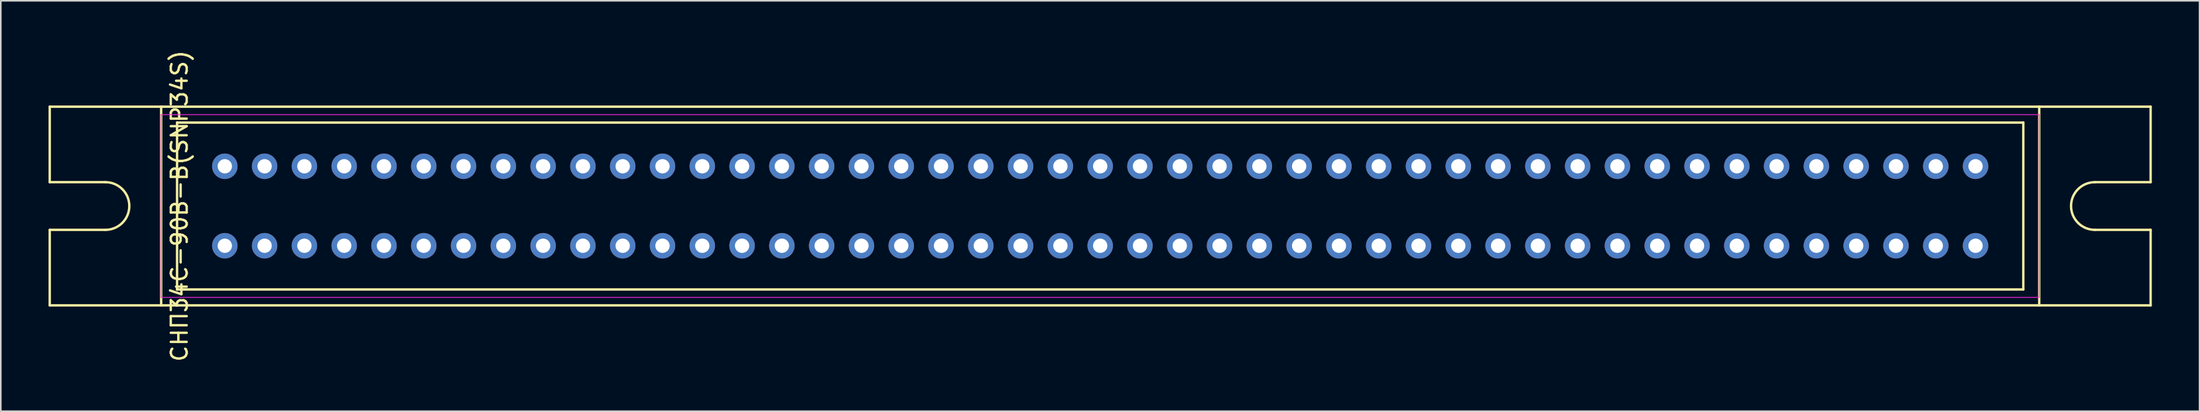
<source format=kicad_pcb>
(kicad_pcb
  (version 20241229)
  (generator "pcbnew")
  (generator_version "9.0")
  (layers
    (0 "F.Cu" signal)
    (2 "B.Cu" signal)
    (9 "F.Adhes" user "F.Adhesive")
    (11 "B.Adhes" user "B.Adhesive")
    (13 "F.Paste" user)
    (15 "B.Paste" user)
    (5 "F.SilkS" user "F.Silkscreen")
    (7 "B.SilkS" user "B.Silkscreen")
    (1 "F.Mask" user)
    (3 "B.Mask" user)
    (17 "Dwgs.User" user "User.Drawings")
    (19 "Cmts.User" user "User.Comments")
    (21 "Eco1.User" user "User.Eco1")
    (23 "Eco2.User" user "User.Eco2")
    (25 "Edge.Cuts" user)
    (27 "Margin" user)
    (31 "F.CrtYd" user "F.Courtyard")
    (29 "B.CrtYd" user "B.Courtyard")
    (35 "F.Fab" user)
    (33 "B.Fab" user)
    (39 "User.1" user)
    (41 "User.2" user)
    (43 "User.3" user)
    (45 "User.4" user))
  (footprint "СНП34С-90В-В(SNP34S)"
    (layer "F.Cu")
    (at 66.075 9.911)
    (property "Reference" "СНП34С-90В-В(SNP34S)" (at -57.85 0 90) (layer "F.SilkS") (effects (font (size 1 1) (thickness 0.15))))
    (attr through_hole)
    (fp_line (start -66 -6.25) (end 66 -6.25) (stroke (width 0.15) (type solid)) (layer "F.SilkS"))
    (fp_line (start -66 -1.5) (end -66 -6.25) (stroke (width 0.15) (type solid)) (layer "F.SilkS"))
    (fp_line (start -66 1.5) (end -62.5 1.5) (stroke (width 0.15) (type solid)) (layer "F.SilkS"))
    (fp_line (start -66 6.25) (end -66 1.5) (stroke (width 0.15) (type solid)) (layer "F.SilkS"))
    (fp_line (start -62.5 -1.5) (end -66 -1.5) (stroke (width 0.15) (type solid)) (layer "F.SilkS"))
    (fp_line (start -59 -6.25) (end -59 6.25) (stroke (width 0.15) (type solid)) (layer "F.SilkS"))
    (fp_line (start -58 -5.25) (end -58 5.25) (stroke (width 0.15) (type solid)) (layer "F.SilkS"))
    (fp_line (start -58 5.25) (end 58 5.25) (stroke (width 0.15) (type solid)) (layer "F.SilkS"))
    (fp_line (start 58 -5.25) (end -58 -5.25) (stroke (width 0.15) (type solid)) (layer "F.SilkS"))
    (fp_line (start 58 5.25) (end 58 -5.25) (stroke (width 0.15) (type solid)) (layer "F.SilkS"))
    (fp_line (start 59 -6.25) (end 59 6.25) (stroke (width 0.15) (type solid)) (layer "F.SilkS"))
    (fp_line (start 62.5 1.5) (end 66 1.5) (stroke (width 0.15) (type solid)) (layer "F.SilkS"))
    (fp_line (start 66 -6.25) (end 66 -1.5) (stroke (width 0.15) (type solid)) (layer "F.SilkS"))
    (fp_line (start 66 -1.5) (end 62.5 -1.5) (stroke (width 0.15) (type solid)) (layer "F.SilkS"))
    (fp_line (start 66 1.5) (end 66 6.25) (stroke (width 0.15) (type solid)) (layer "F.SilkS"))
    (fp_line (start 66 6.25) (end -66 6.25) (stroke (width 0.15) (type solid)) (layer "F.SilkS"))
    (fp_arc (start -62.5 -1.5) (mid -61 0) (end -62.5 1.5) (stroke (width 0.15) (type solid)) (layer "F.SilkS"))
    (fp_arc (start 62.5 1.5) (mid 61 0) (end 62.5 -1.5) (stroke (width 0.15) (type solid)) (layer "F.SilkS"))
    (fp_line (start -59 -5.75) (end 59 -5.75) (stroke (width 0.05) (type solid)) (layer "F.CrtYd"))
    (fp_line (start -59 5.75) (end -59 -5.75) (stroke (width 0.05) (type solid)) (layer "F.CrtYd"))
    (fp_line (start 59 -5.75) (end 59 5.75) (stroke (width 0.05) (type solid)) (layer "F.CrtYd"))
    (fp_line (start 59 5.75) (end -59 5.75) (stroke (width 0.05) (type solid)) (layer "F.CrtYd"))
    (pad "1" thru_hole circle (at -55 2.5) (size 1.6 1.6) (drill 0.9) (layers "*.Cu" "*.Mask"))
    (pad "2" thru_hole circle (at -52.5 2.5) (size 1.6 1.6) (drill 0.9) (layers "*.Cu" "*.Mask"))
    (pad "3" thru_hole circle (at -50 2.5) (size 1.6 1.6) (drill 0.9) (layers "*.Cu" "*.Mask"))
    (pad "4" thru_hole circle (at -47.5 2.5) (size 1.6 1.6) (drill 0.9) (layers "*.Cu" "*.Mask"))
    (pad "5" thru_hole circle (at -45 2.5) (size 1.6 1.6) (drill 0.9) (layers "*.Cu" "*.Mask"))
    (pad "6" thru_hole circle (at -42.5 2.5) (size 1.6 1.6) (drill 0.9) (layers "*.Cu" "*.Mask"))
    (pad "7" thru_hole circle (at -40 2.5) (size 1.6 1.6) (drill 0.9) (layers "*.Cu" "*.Mask"))
    (pad "8" thru_hole circle (at -37.5 2.5) (size 1.6 1.6) (drill 0.9) (layers "*.Cu" "*.Mask"))
    (pad "9" thru_hole circle (at -35 2.5) (size 1.6 1.6) (drill 0.9) (layers "*.Cu" "*.Mask"))
    (pad "10" thru_hole circle (at -32.5 2.5) (size 1.6 1.6) (drill 0.9) (layers "*.Cu" "*.Mask"))
    (pad "11" thru_hole circle (at -30 2.5) (size 1.6 1.6) (drill 0.9) (layers "*.Cu" "*.Mask"))
    (pad "12" thru_hole circle (at -27.5 2.5) (size 1.6 1.6) (drill 0.9) (layers "*.Cu" "*.Mask"))
    (pad "13" thru_hole circle (at -25 2.5) (size 1.6 1.6) (drill 0.9) (layers "*.Cu" "*.Mask"))
    (pad "14" thru_hole circle (at -22.5 2.5) (size 1.6 1.6) (drill 0.9) (layers "*.Cu" "*.Mask"))
    (pad "15" thru_hole circle (at -20 2.5) (size 1.6 1.6) (drill 0.9) (layers "*.Cu" "*.Mask"))
    (pad "16" thru_hole circle (at -17.5 2.5) (size 1.6 1.6) (drill 0.9) (layers "*.Cu" "*.Mask"))
    (pad "17" thru_hole circle (at -15 2.5) (size 1.6 1.6) (drill 0.9) (layers "*.Cu" "*.Mask"))
    (pad "18" thru_hole circle (at -12.5 2.5) (size 1.6 1.6) (drill 0.9) (layers "*.Cu" "*.Mask"))
    (pad "19" thru_hole circle (at -10 2.5) (size 1.6 1.6) (drill 0.9) (layers "*.Cu" "*.Mask"))
    (pad "20" thru_hole circle (at -7.5 2.5) (size 1.6 1.6) (drill 0.9) (layers "*.Cu" "*.Mask"))
    (pad "21" thru_hole circle (at -5 2.5) (size 1.6 1.6) (drill 0.9) (layers "*.Cu" "*.Mask"))
    (pad "22" thru_hole circle (at -2.5 2.5) (size 1.6 1.6) (drill 0.9) (layers "*.Cu" "*.Mask"))
    (pad "23" thru_hole circle (at 0 2.5) (size 1.6 1.6) (drill 0.9) (layers "*.Cu" "*.Mask"))
    (pad "24" thru_hole circle (at 2.5 2.5) (size 1.6 1.6) (drill 0.9) (layers "*.Cu" "*.Mask"))
    (pad "25" thru_hole circle (at 5 2.5) (size 1.6 1.6) (drill 0.9) (layers "*.Cu" "*.Mask"))
    (pad "26" thru_hole circle (at 7.5 2.5) (size 1.6 1.6) (drill 0.9) (layers "*.Cu" "*.Mask"))
    (pad "27" thru_hole circle (at 10 2.5) (size 1.6 1.6) (drill 0.9) (layers "*.Cu" "*.Mask"))
    (pad "28" thru_hole circle (at 12.5 2.5) (size 1.6 1.6) (drill 0.9) (layers "*.Cu" "*.Mask"))
    (pad "29" thru_hole circle (at 15 2.5) (size 1.6 1.6) (drill 0.9) (layers "*.Cu" "*.Mask"))
    (pad "30" thru_hole circle (at 17.5 2.5) (size 1.6 1.6) (drill 0.9) (layers "*.Cu" "*.Mask"))
    (pad "31" thru_hole circle (at 20 2.5) (size 1.6 1.6) (drill 0.9) (layers "*.Cu" "*.Mask"))
    (pad "32" thru_hole circle (at 22.5 2.5) (size 1.6 1.6) (drill 0.9) (layers "*.Cu" "*.Mask"))
    (pad "33" thru_hole circle (at 25 2.5) (size 1.6 1.6) (drill 0.9) (layers "*.Cu" "*.Mask"))
    (pad "34" thru_hole circle (at 27.5 2.5) (size 1.6 1.6) (drill 0.9) (layers "*.Cu" "*.Mask"))
    (pad "35" thru_hole circle (at 30 2.5) (size 1.6 1.6) (drill 0.9) (layers "*.Cu" "*.Mask"))
    (pad "36" thru_hole circle (at 32.5 2.5) (size 1.6 1.6) (drill 0.9) (layers "*.Cu" "*.Mask"))
    (pad "37" thru_hole circle (at 35 2.5) (size 1.6 1.6) (drill 0.9) (layers "*.Cu" "*.Mask"))
    (pad "38" thru_hole circle (at 37.5 2.5) (size 1.6 1.6) (drill 0.9) (layers "*.Cu" "*.Mask"))
    (pad "39" thru_hole circle (at 40 2.5) (size 1.6 1.6) (drill 0.9) (layers "*.Cu" "*.Mask"))
    (pad "40" thru_hole circle (at 42.5 2.5) (size 1.6 1.6) (drill 0.9) (layers "*.Cu" "*.Mask"))
    (pad "41" thru_hole circle (at 45 2.5) (size 1.6 1.6) (drill 0.9) (layers "*.Cu" "*.Mask"))
    (pad "42" thru_hole circle (at 47.5 2.5) (size 1.6 1.6) (drill 0.9) (layers "*.Cu" "*.Mask"))
    (pad "43" thru_hole circle (at 50 2.5) (size 1.6 1.6) (drill 0.9) (layers "*.Cu" "*.Mask"))
    (pad "44" thru_hole circle (at 52.5 2.5) (size 1.6 1.6) (drill 0.9) (layers "*.Cu" "*.Mask"))
    (pad "45" thru_hole circle (at 55 2.5) (size 1.6 1.6) (drill 0.9) (layers "*.Cu" "*.Mask"))
    (pad "46" thru_hole circle (at 55 -2.5) (size 1.6 1.6) (drill 0.9) (layers "*.Cu" "*.Mask"))
    (pad "47" thru_hole circle (at 52.5 -2.5) (size 1.6 1.6) (drill 0.9) (layers "*.Cu" "*.Mask"))
    (pad "48" thru_hole circle (at 50 -2.5) (size 1.6 1.6) (drill 0.9) (layers "*.Cu" "*.Mask"))
    (pad "49" thru_hole circle (at 47.5 -2.5) (size 1.6 1.6) (drill 0.9) (layers "*.Cu" "*.Mask"))
    (pad "50" thru_hole circle (at 45 -2.5) (size 1.6 1.6) (drill 0.9) (layers "*.Cu" "*.Mask"))
    (pad "51" thru_hole circle (at 42.5 -2.5) (size 1.6 1.6) (drill 0.9) (layers "*.Cu" "*.Mask"))
    (pad "52" thru_hole circle (at 40 -2.5) (size 1.6 1.6) (drill 0.9) (layers "*.Cu" "*.Mask"))
    (pad "53" thru_hole circle (at 37.5 -2.5) (size 1.6 1.6) (drill 0.9) (layers "*.Cu" "*.Mask"))
    (pad "54" thru_hole circle (at 35 -2.5) (size 1.6 1.6) (drill 0.9) (layers "*.Cu" "*.Mask"))
    (pad "55" thru_hole circle (at 32.5 -2.5) (size 1.6 1.6) (drill 0.9) (layers "*.Cu" "*.Mask"))
    (pad "56" thru_hole circle (at 30 -2.5) (size 1.6 1.6) (drill 0.9) (layers "*.Cu" "*.Mask"))
    (pad "57" thru_hole circle (at 27.5 -2.5) (size 1.6 1.6) (drill 0.9) (layers "*.Cu" "*.Mask"))
    (pad "58" thru_hole circle (at 25 -2.5) (size 1.6 1.6) (drill 0.9) (layers "*.Cu" "*.Mask"))
    (pad "59" thru_hole circle (at 22.5 -2.5) (size 1.6 1.6) (drill 0.9) (layers "*.Cu" "*.Mask"))
    (pad "60" thru_hole circle (at 20 -2.5) (size 1.6 1.6) (drill 0.9) (layers "*.Cu" "*.Mask"))
    (pad "61" thru_hole circle (at 17.5 -2.5) (size 1.6 1.6) (drill 0.9) (layers "*.Cu" "*.Mask"))
    (pad "62" thru_hole circle (at 15 -2.5) (size 1.6 1.6) (drill 0.9) (layers "*.Cu" "*.Mask"))
    (pad "63" thru_hole circle (at 12.5 -2.5) (size 1.6 1.6) (drill 0.9) (layers "*.Cu" "*.Mask"))
    (pad "64" thru_hole circle (at 10 -2.5) (size 1.6 1.6) (drill 0.9) (layers "*.Cu" "*.Mask"))
    (pad "65" thru_hole circle (at 7.5 -2.5) (size 1.6 1.6) (drill 0.9) (layers "*.Cu" "*.Mask"))
    (pad "66" thru_hole circle (at 5 -2.5) (size 1.6 1.6) (drill 0.9) (layers "*.Cu" "*.Mask"))
    (pad "67" thru_hole circle (at 2.5 -2.5) (size 1.6 1.6) (drill 0.9) (layers "*.Cu" "*.Mask"))
    (pad "68" thru_hole circle (at 0 -2.5) (size 1.6 1.6) (drill 0.9) (layers "*.Cu" "*.Mask"))
    (pad "69" thru_hole circle (at -2.5 -2.5) (size 1.6 1.6) (drill 0.9) (layers "*.Cu" "*.Mask"))
    (pad "70" thru_hole circle (at -5 -2.5) (size 1.6 1.6) (drill 0.9) (layers "*.Cu" "*.Mask"))
    (pad "71" thru_hole circle (at -7.5 -2.5) (size 1.6 1.6) (drill 0.9) (layers "*.Cu" "*.Mask"))
    (pad "72" thru_hole circle (at -10 -2.5) (size 1.6 1.6) (drill 0.9) (layers "*.Cu" "*.Mask"))
    (pad "73" thru_hole circle (at -12.5 -2.5) (size 1.6 1.6) (drill 0.9) (layers "*.Cu" "*.Mask"))
    (pad "74" thru_hole circle (at -15 -2.5) (size 1.6 1.6) (drill 0.9) (layers "*.Cu" "*.Mask"))
    (pad "75" thru_hole circle (at -17.5 -2.5) (size 1.6 1.6) (drill 0.9) (layers "*.Cu" "*.Mask"))
    (pad "76" thru_hole circle (at -20 -2.5) (size 1.6 1.6) (drill 0.9) (layers "*.Cu" "*.Mask"))
    (pad "77" thru_hole circle (at -22.5 -2.5) (size 1.6 1.6) (drill 0.9) (layers "*.Cu" "*.Mask"))
    (pad "78" thru_hole circle (at -25 -2.5) (size 1.6 1.6) (drill 0.9) (layers "*.Cu" "*.Mask"))
    (pad "79" thru_hole circle (at -27.5 -2.5) (size 1.6 1.6) (drill 0.9) (layers "*.Cu" "*.Mask"))
    (pad "80" thru_hole circle (at -30 -2.5) (size 1.6 1.6) (drill 0.9) (layers "*.Cu" "*.Mask"))
    (pad "81" thru_hole circle (at -32.5 -2.5) (size 1.6 1.6) (drill 0.9) (layers "*.Cu" "*.Mask"))
    (pad "82" thru_hole circle (at -35 -2.5) (size 1.6 1.6) (drill 0.9) (layers "*.Cu" "*.Mask"))
    (pad "83" thru_hole circle (at -37.5 -2.5) (size 1.6 1.6) (drill 0.9) (layers "*.Cu" "*.Mask"))
    (pad "84" thru_hole circle (at -40 -2.5) (size 1.6 1.6) (drill 0.9) (layers "*.Cu" "*.Mask"))
    (pad "85" thru_hole circle (at -42.5 -2.5) (size 1.6 1.6) (drill 0.9) (layers "*.Cu" "*.Mask"))
    (pad "86" thru_hole circle (at -45 -2.5) (size 1.6 1.6) (drill 0.9) (layers "*.Cu" "*.Mask"))
    (pad "87" thru_hole circle (at -47.5 -2.5) (size 1.6 1.6) (drill 0.9) (layers "*.Cu" "*.Mask"))
    (pad "88" thru_hole circle (at -50 -2.5) (size 1.6 1.6) (drill 0.9) (layers "*.Cu" "*.Mask"))
    (pad "89" thru_hole circle (at -52.5 -2.5) (size 1.6 1.6) (drill 0.9) (layers "*.Cu" "*.Mask"))
    (pad "90" thru_hole circle (at -55 -2.5) (size 1.6 1.6) (drill 0.9) (layers "*.Cu" "*.Mask")))
  (gr_rect
    (start -3 -3)
    (end 135.15 22.821)
    (stroke (width 0.1) (type default))
    (fill no)
    (layer "Edge.Cuts")))
</source>
